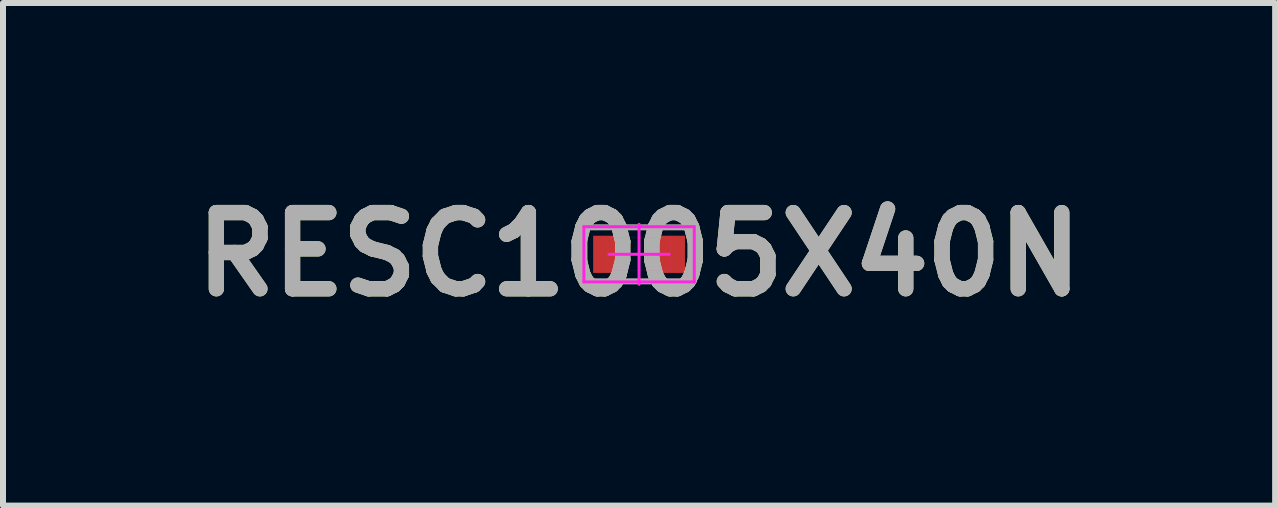
<source format=kicad_pcb>
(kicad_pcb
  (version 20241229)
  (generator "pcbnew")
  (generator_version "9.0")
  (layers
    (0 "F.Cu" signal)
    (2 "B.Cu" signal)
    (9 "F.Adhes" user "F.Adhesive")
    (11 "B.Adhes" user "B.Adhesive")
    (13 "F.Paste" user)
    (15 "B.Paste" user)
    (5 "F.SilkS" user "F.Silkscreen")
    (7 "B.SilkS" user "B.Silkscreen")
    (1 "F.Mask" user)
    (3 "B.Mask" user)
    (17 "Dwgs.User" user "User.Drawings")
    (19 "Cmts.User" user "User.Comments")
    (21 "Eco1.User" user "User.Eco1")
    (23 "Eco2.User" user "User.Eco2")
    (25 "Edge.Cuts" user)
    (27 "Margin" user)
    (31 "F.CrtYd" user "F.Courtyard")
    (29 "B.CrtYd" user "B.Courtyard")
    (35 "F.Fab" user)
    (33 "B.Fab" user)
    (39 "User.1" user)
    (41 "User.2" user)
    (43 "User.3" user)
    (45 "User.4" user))
  (footprint "RESC1005X40N"
    (layer "F.Cu")
    (at 7.602 1.189)
    (property "Reference" "RESC1005X40N" (at 0 0 0) (layer "F.SilkS") (effects (font (size 1.27 1.27) (thickness 0.254))))
    (attr smd)
    (fp_line (start -0.92 -0.46) (end -0.92 0.46) (stroke (width 0.05) (type solid)) (layer "F.CrtYd"))
    (fp_line (start -0.92 0.46) (end 0.92 0.46) (stroke (width 0.05) (type solid)) (layer "F.CrtYd"))
    (fp_line (start -0.525 -0.275) (end -0.525 0.275) (stroke (width 0.001) (type solid)) (layer "F.CrtYd"))
    (fp_line (start -0.525 0.275) (end 0.525 0.275) (stroke (width 0.001) (type solid)) (layer "F.CrtYd"))
    (fp_line (start -0.5 0) (end 0.5 0) (stroke (width 0.05) (type solid)) (layer "F.CrtYd"))
    (fp_line (start 0 0.5) (end 0 -0.5) (stroke (width 0.05) (type solid)) (layer "F.CrtYd"))
    (fp_line (start 0.525 -0.275) (end -0.525 -0.275) (stroke (width 0.001) (type solid)) (layer "F.CrtYd"))
    (fp_line (start 0.525 0.275) (end 0.525 -0.275) (stroke (width 0.001) (type solid)) (layer "F.CrtYd"))
    (fp_line (start 0.92 -0.46) (end -0.92 -0.46) (stroke (width 0.05) (type solid)) (layer "F.CrtYd"))
    (fp_line (start 0.92 0.46) (end 0.92 -0.46) (stroke (width 0.05) (type solid)) (layer "F.CrtYd"))
    (fp_line (start -0.91 -0.45) (end -0.91 0.45) (stroke (width 0.1) (type solid)) (layer "F.Fab"))
    (fp_line (start -0.91 0.45) (end 0.91 0.45) (stroke (width 0.1) (type solid)) (layer "F.Fab"))
    (fp_line (start 0.91 -0.45) (end -0.91 -0.45) (stroke (width 0.1) (type solid)) (layer "F.Fab"))
    (fp_line (start 0.91 0.45) (end 0.91 -0.45) (stroke (width 0.1) (type solid)) (layer "F.Fab"))
    (fp_text user "${REFERENCE}" (at 0 0 0) (layer "F.Fab") (effects (font (size 1.27 1.27) (thickness 0.254))))
    (pad "1" smd rect (at -0.48 0) (size 0.57 0.62) (layers "F.Cu" "F.Mask" "F.Paste"))
    (pad "2" smd rect (at 0.48 0) (size 0.57 0.62) (layers "F.Cu" "F.Mask" "F.Paste")))
  (gr_rect
    (start -3 -3)
    (end 18.204 5.377)
    (stroke (width 0.1) (type default))
    (fill no)
    (layer "Edge.Cuts")))
</source>
